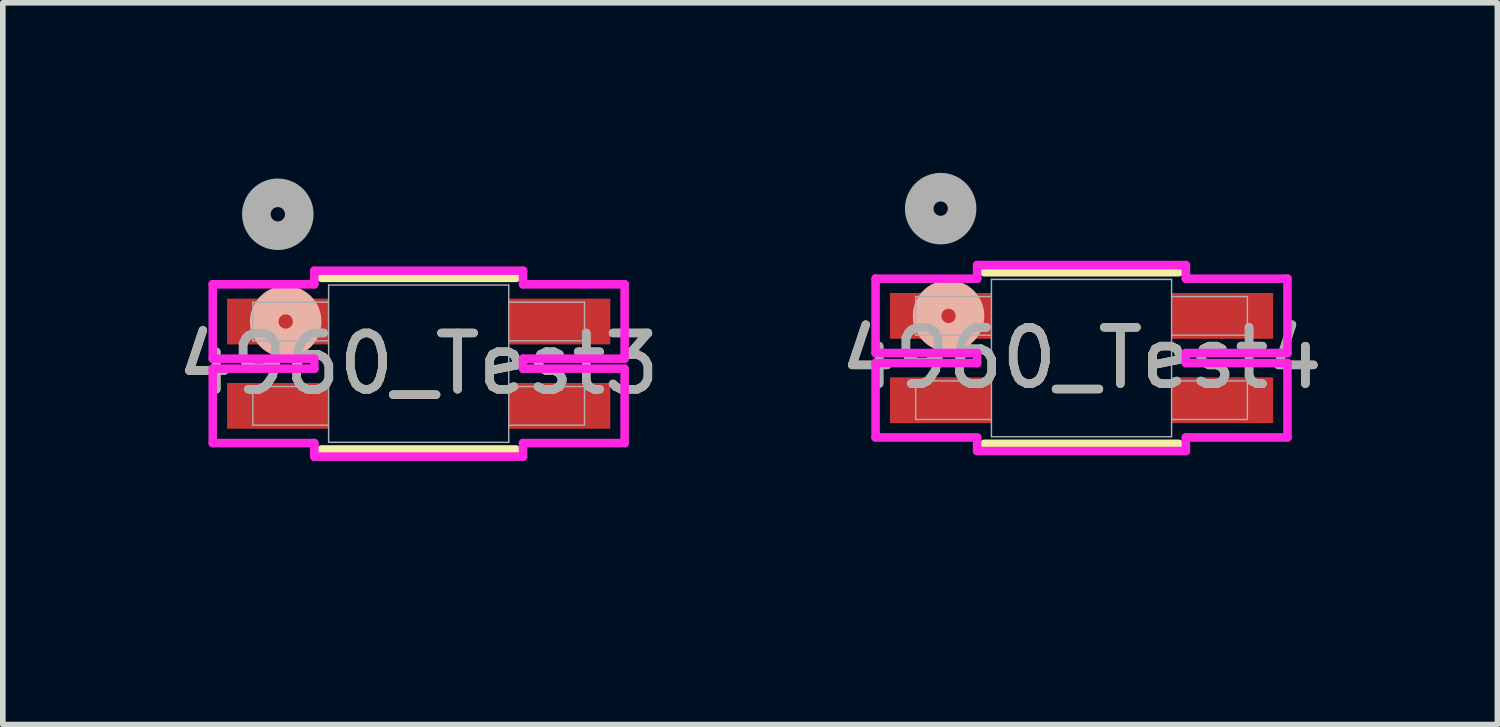
<source format=kicad_pcb>
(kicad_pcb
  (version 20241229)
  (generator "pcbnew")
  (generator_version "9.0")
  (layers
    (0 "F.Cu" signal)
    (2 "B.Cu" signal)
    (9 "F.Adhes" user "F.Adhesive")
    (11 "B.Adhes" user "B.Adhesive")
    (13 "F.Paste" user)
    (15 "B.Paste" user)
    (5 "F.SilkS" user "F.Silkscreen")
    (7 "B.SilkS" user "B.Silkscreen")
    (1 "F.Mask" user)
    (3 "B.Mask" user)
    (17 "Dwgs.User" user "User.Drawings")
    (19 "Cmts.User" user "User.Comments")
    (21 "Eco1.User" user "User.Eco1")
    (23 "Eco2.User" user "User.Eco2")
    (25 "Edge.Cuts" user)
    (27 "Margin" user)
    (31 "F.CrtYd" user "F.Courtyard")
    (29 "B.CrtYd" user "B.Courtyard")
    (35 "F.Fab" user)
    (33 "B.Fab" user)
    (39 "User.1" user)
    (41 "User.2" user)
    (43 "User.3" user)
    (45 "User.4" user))
  (footprint "4960_Test4"
    (layer "F.Cu")
    (at 16.161 3.31)
    (property "Reference" "4960_Test4" (at 0 0 0) (unlocked yes) (layer "F.SilkS") (effects (font (size 1 1) (thickness 0.15))))
    (attr smd)
    (fp_poly (pts (xy 0.5 -2.5) (xy 0.5 2.5) (xy 0 3.25) (xy -0.5 2.5) (xy -0.5 -2.5) (xy 0 -3.25)) (stroke (width 0.12) (type solid)) (fill yes) (layer "F.Mask"))
    (fp_poly (pts (xy 0.5 -2.5) (xy 0.5 2.5) (xy 0 3.25) (xy -0.5 2.5) (xy -0.5 -2.5) (xy 0 -3.25)) (stroke (width 0.12) (type solid)) (fill yes) (layer "B.Mask"))
    (fp_line (start -1.727 -1.524) (end 1.727 -1.524) (stroke (width 0.152) (type solid)) (layer "F.SilkS"))
    (fp_line (start 1.727 1.524) (end -1.727 1.524) (stroke (width 0.152) (type solid)) (layer "F.SilkS"))
    (fp_circle (center -2.362 -0.749) (end -1.981 -0.749) (stroke (width 0.508) (type solid)) (fill no) (layer "B.SilkS"))
    (fp_line (start -3.658 -1.41) (end -3.658 -0.089) (stroke (width 0.152) (type solid)) (layer "F.CrtYd"))
    (fp_line (start -3.658 -0.089) (end -1.854 -0.089) (stroke (width 0.152) (type solid)) (layer "F.CrtYd"))
    (fp_line (start -3.658 0.089) (end -3.658 1.41) (stroke (width 0.152) (type solid)) (layer "F.CrtYd"))
    (fp_line (start -3.658 1.41) (end -1.854 1.41) (stroke (width 0.152) (type solid)) (layer "F.CrtYd"))
    (fp_line (start -1.854 -1.651) (end -1.854 -1.41) (stroke (width 0.152) (type solid)) (layer "F.CrtYd"))
    (fp_line (start -1.854 -1.41) (end -3.658 -1.41) (stroke (width 0.152) (type solid)) (layer "F.CrtYd"))
    (fp_line (start -1.854 -0.089) (end -1.854 0.089) (stroke (width 0.152) (type solid)) (layer "F.CrtYd"))
    (fp_line (start -1.854 0.089) (end -3.658 0.089) (stroke (width 0.152) (type solid)) (layer "F.CrtYd"))
    (fp_line (start -1.854 1.41) (end -1.854 1.651) (stroke (width 0.152) (type solid)) (layer "F.CrtYd"))
    (fp_line (start -1.854 1.651) (end 1.854 1.651) (stroke (width 0.152) (type solid)) (layer "F.CrtYd"))
    (fp_line (start 1.854 -1.651) (end -1.854 -1.651) (stroke (width 0.152) (type solid)) (layer "F.CrtYd"))
    (fp_line (start 1.854 -1.41) (end 1.854 -1.651) (stroke (width 0.152) (type solid)) (layer "F.CrtYd"))
    (fp_line (start 1.854 -0.089) (end 3.658 -0.089) (stroke (width 0.152) (type solid)) (layer "F.CrtYd"))
    (fp_line (start 1.854 0.089) (end 1.854 -0.089) (stroke (width 0.152) (type solid)) (layer "F.CrtYd"))
    (fp_line (start 1.854 1.41) (end 3.658 1.41) (stroke (width 0.152) (type solid)) (layer "F.CrtYd"))
    (fp_line (start 1.854 1.651) (end 1.854 1.41) (stroke (width 0.152) (type solid)) (layer "F.CrtYd"))
    (fp_line (start 3.658 -1.41) (end 1.854 -1.41) (stroke (width 0.152) (type solid)) (layer "F.CrtYd"))
    (fp_line (start 3.658 -0.089) (end 3.658 -1.41) (stroke (width 0.152) (type solid)) (layer "F.CrtYd"))
    (fp_line (start 3.658 0.089) (end 1.854 0.089) (stroke (width 0.152) (type solid)) (layer "F.CrtYd"))
    (fp_line (start 3.658 1.41) (end 3.658 0.089) (stroke (width 0.152) (type solid)) (layer "F.CrtYd"))
    (fp_line (start -2.946 -1.092) (end -2.946 -0.406) (stroke (width 0.025) (type solid)) (layer "F.Fab"))
    (fp_line (start -2.946 -0.406) (end -1.6 -0.406) (stroke (width 0.025) (type solid)) (layer "F.Fab"))
    (fp_line (start -2.946 0.406) (end -2.946 1.092) (stroke (width 0.025) (type solid)) (layer "F.Fab"))
    (fp_line (start -2.946 1.092) (end -1.6 1.092) (stroke (width 0.025) (type solid)) (layer "F.Fab"))
    (fp_line (start -1.6 -1.397) (end -1.6 1.397) (stroke (width 0.025) (type solid)) (layer "F.Fab"))
    (fp_line (start -1.6 -1.092) (end -2.946 -1.092) (stroke (width 0.025) (type solid)) (layer "F.Fab"))
    (fp_line (start -1.6 0.406) (end -2.946 0.406) (stroke (width 0.025) (type solid)) (layer "F.Fab"))
    (fp_line (start -1.6 1.397) (end 1.6 1.397) (stroke (width 0.025) (type solid)) (layer "F.Fab"))
    (fp_line (start 1.6 -1.397) (end -1.6 -1.397) (stroke (width 0.025) (type solid)) (layer "F.Fab"))
    (fp_line (start 1.6 -0.406) (end 2.946 -0.406) (stroke (width 0.025) (type solid)) (layer "F.Fab"))
    (fp_line (start 1.6 1.092) (end 2.946 1.092) (stroke (width 0.025) (type solid)) (layer "F.Fab"))
    (fp_line (start 1.6 1.397) (end 1.6 -1.397) (stroke (width 0.025) (type solid)) (layer "F.Fab"))
    (fp_line (start 2.946 -1.092) (end 1.6 -1.092) (stroke (width 0.025) (type solid)) (layer "F.Fab"))
    (fp_line (start 2.946 -0.406) (end 2.946 -1.092) (stroke (width 0.025) (type solid)) (layer "F.Fab"))
    (fp_line (start 2.946 0.406) (end 1.6 0.406) (stroke (width 0.025) (type solid)) (layer "F.Fab"))
    (fp_line (start 2.946 1.092) (end 2.946 0.406) (stroke (width 0.025) (type solid)) (layer "F.Fab"))
    (fp_circle (center -2.502 -2.654) (end -2.121 -2.654) (stroke (width 0.508) (type solid)) (fill no) (layer "F.Fab"))
    (fp_text user "${REFERENCE}" (at 0 0 0) (unlocked yes) (layer "F.Fab") (effects (font (size 1 1) (thickness 0.15))))
    (pad "1" smd rect (at -2.502 -0.749) (size 1.803 0.813) (layers "F.Cu" "F.Mask" "F.Paste"))
    (pad "2" smd rect (at -2.502 0.749) (size 1.803 0.813) (layers "F.Cu" "F.Mask" "F.Paste"))
    (pad "3" smd rect (at 2.502 0.749) (size 1.803 0.813) (layers "F.Cu" "F.Mask" "F.Paste"))
    (pad "4" smd rect (at 2.502 -0.749) (size 1.803 0.813) (layers "F.Cu" "F.Mask" "F.Paste"))
    (zone (net_name "") (layers "F.Cu" "F.Mask" "B.Cu") (hatch edge 0.508) (connect_pads) (min_thickness 0.254) (filled_areas_thickness no) (keepout (tracks not_allowed) (vias not_allowed) (pads not_allowed) (copperpour not_allowed) (footprints allowed)) (placement (enabled no)) (fill) (polygon (pts (xy 16.661 0.81) (xy 16.661 5.81) (xy 16.161 6.56) (xy 15.661 5.81) (xy 15.661 0.81) (xy 16.161 0.06)))))
  (footprint "4960_Test3"
    (layer "F.Cu")
    (at 4.387 3.41)
    (property "Reference" "4960_Test3" (at 0 0 0) (unlocked yes) (layer "F.SilkS") (effects (font (size 1 1) (thickness 0.15))))
    (attr smd)
    (fp_rect (start -0.55 -3.35) (end 0.55 3.35) (stroke (width 0.12) (type solid)) (fill yes) (layer "F.Mask"))
    (fp_rect (start -0.55 -3.35) (end 0.55 3.35) (stroke (width 0.12) (type solid)) (fill yes) (layer "B.Mask"))
    (fp_line (start -1.727 -1.524) (end 1.727 -1.524) (stroke (width 0.152) (type solid)) (layer "F.SilkS"))
    (fp_line (start 1.727 1.524) (end -1.727 1.524) (stroke (width 0.152) (type solid)) (layer "F.SilkS"))
    (fp_circle (center -2.362 -0.749) (end -1.981 -0.749) (stroke (width 0.508) (type solid)) (fill no) (layer "B.SilkS"))
    (fp_line (start -3.658 -1.41) (end -3.658 -0.089) (stroke (width 0.152) (type solid)) (layer "F.CrtYd"))
    (fp_line (start -3.658 -0.089) (end -1.854 -0.089) (stroke (width 0.152) (type solid)) (layer "F.CrtYd"))
    (fp_line (start -3.658 0.089) (end -3.658 1.41) (stroke (width 0.152) (type solid)) (layer "F.CrtYd"))
    (fp_line (start -3.658 1.41) (end -1.854 1.41) (stroke (width 0.152) (type solid)) (layer "F.CrtYd"))
    (fp_line (start -1.854 -1.651) (end -1.854 -1.41) (stroke (width 0.152) (type solid)) (layer "F.CrtYd"))
    (fp_line (start -1.854 -1.41) (end -3.658 -1.41) (stroke (width 0.152) (type solid)) (layer "F.CrtYd"))
    (fp_line (start -1.854 -0.089) (end -1.854 0.089) (stroke (width 0.152) (type solid)) (layer "F.CrtYd"))
    (fp_line (start -1.854 0.089) (end -3.658 0.089) (stroke (width 0.152) (type solid)) (layer "F.CrtYd"))
    (fp_line (start -1.854 1.41) (end -1.854 1.651) (stroke (width 0.152) (type solid)) (layer "F.CrtYd"))
    (fp_line (start -1.854 1.651) (end 1.854 1.651) (stroke (width 0.152) (type solid)) (layer "F.CrtYd"))
    (fp_line (start 1.854 -1.651) (end -1.854 -1.651) (stroke (width 0.152) (type solid)) (layer "F.CrtYd"))
    (fp_line (start 1.854 -1.41) (end 1.854 -1.651) (stroke (width 0.152) (type solid)) (layer "F.CrtYd"))
    (fp_line (start 1.854 -0.089) (end 3.658 -0.089) (stroke (width 0.152) (type solid)) (layer "F.CrtYd"))
    (fp_line (start 1.854 0.089) (end 1.854 -0.089) (stroke (width 0.152) (type solid)) (layer "F.CrtYd"))
    (fp_line (start 1.854 1.41) (end 3.658 1.41) (stroke (width 0.152) (type solid)) (layer "F.CrtYd"))
    (fp_line (start 1.854 1.651) (end 1.854 1.41) (stroke (width 0.152) (type solid)) (layer "F.CrtYd"))
    (fp_line (start 3.658 -1.41) (end 1.854 -1.41) (stroke (width 0.152) (type solid)) (layer "F.CrtYd"))
    (fp_line (start 3.658 -0.089) (end 3.658 -1.41) (stroke (width 0.152) (type solid)) (layer "F.CrtYd"))
    (fp_line (start 3.658 0.089) (end 1.854 0.089) (stroke (width 0.152) (type solid)) (layer "F.CrtYd"))
    (fp_line (start 3.658 1.41) (end 3.658 0.089) (stroke (width 0.152) (type solid)) (layer "F.CrtYd"))
    (fp_line (start -2.946 -1.092) (end -2.946 -0.406) (stroke (width 0.025) (type solid)) (layer "F.Fab"))
    (fp_line (start -2.946 -0.406) (end -1.6 -0.406) (stroke (width 0.025) (type solid)) (layer "F.Fab"))
    (fp_line (start -2.946 0.406) (end -2.946 1.092) (stroke (width 0.025) (type solid)) (layer "F.Fab"))
    (fp_line (start -2.946 1.092) (end -1.6 1.092) (stroke (width 0.025) (type solid)) (layer "F.Fab"))
    (fp_line (start -1.6 -1.397) (end -1.6 1.397) (stroke (width 0.025) (type solid)) (layer "F.Fab"))
    (fp_line (start -1.6 -1.092) (end -2.946 -1.092) (stroke (width 0.025) (type solid)) (layer "F.Fab"))
    (fp_line (start -1.6 0.406) (end -2.946 0.406) (stroke (width 0.025) (type solid)) (layer "F.Fab"))
    (fp_line (start -1.6 1.397) (end 1.6 1.397) (stroke (width 0.025) (type solid)) (layer "F.Fab"))
    (fp_line (start 1.6 -1.397) (end -1.6 -1.397) (stroke (width 0.025) (type solid)) (layer "F.Fab"))
    (fp_line (start 1.6 -0.406) (end 2.946 -0.406) (stroke (width 0.025) (type solid)) (layer "F.Fab"))
    (fp_line (start 1.6 1.092) (end 2.946 1.092) (stroke (width 0.025) (type solid)) (layer "F.Fab"))
    (fp_line (start 1.6 1.397) (end 1.6 -1.397) (stroke (width 0.025) (type solid)) (layer "F.Fab"))
    (fp_line (start 2.946 -1.092) (end 1.6 -1.092) (stroke (width 0.025) (type solid)) (layer "F.Fab"))
    (fp_line (start 2.946 -0.406) (end 2.946 -1.092) (stroke (width 0.025) (type solid)) (layer "F.Fab"))
    (fp_line (start 2.946 0.406) (end 1.6 0.406) (stroke (width 0.025) (type solid)) (layer "F.Fab"))
    (fp_line (start 2.946 1.092) (end 2.946 0.406) (stroke (width 0.025) (type solid)) (layer "F.Fab"))
    (fp_circle (center -2.502 -2.654) (end -2.121 -2.654) (stroke (width 0.508) (type solid)) (fill no) (layer "F.Fab"))
    (fp_text user "${REFERENCE}" (at 0 0 0) (unlocked yes) (layer "F.Fab") (effects (font (size 1 1) (thickness 0.15))))
    (pad "1" smd rect (at -2.502 -0.749) (size 1.803 0.813) (layers "F.Cu" "F.Mask" "F.Paste"))
    (pad "2" smd rect (at -2.502 0.749) (size 1.803 0.813) (layers "F.Cu" "F.Mask" "F.Paste"))
    (pad "3" smd rect (at 2.502 0.749) (size 1.803 0.813) (layers "F.Cu" "F.Mask" "F.Paste"))
    (pad "4" smd rect (at 2.502 -0.749) (size 1.803 0.813) (layers "F.Cu" "F.Mask" "F.Paste"))
    (zone (net_name "") (layers "F.Cu" "B.Cu") (hatch edge 0.508) (connect_pads) (min_thickness 0.254) (filled_areas_thickness no) (keepout (tracks not_allowed) (vias not_allowed) (pads not_allowed) (copperpour not_allowed) (footprints allowed)) (placement (enabled no)) (fill) (polygon (pts (xy 4.987 6.81) (xy 3.787 6.81) (xy 3.787 0.01) (xy 4.987 0.01)))))
  (gr_rect
    (start -3 -3)
    (end 23.548 9.82)
    (stroke (width 0.1) (type default))
    (fill no)
    (layer "Edge.Cuts")))
</source>
